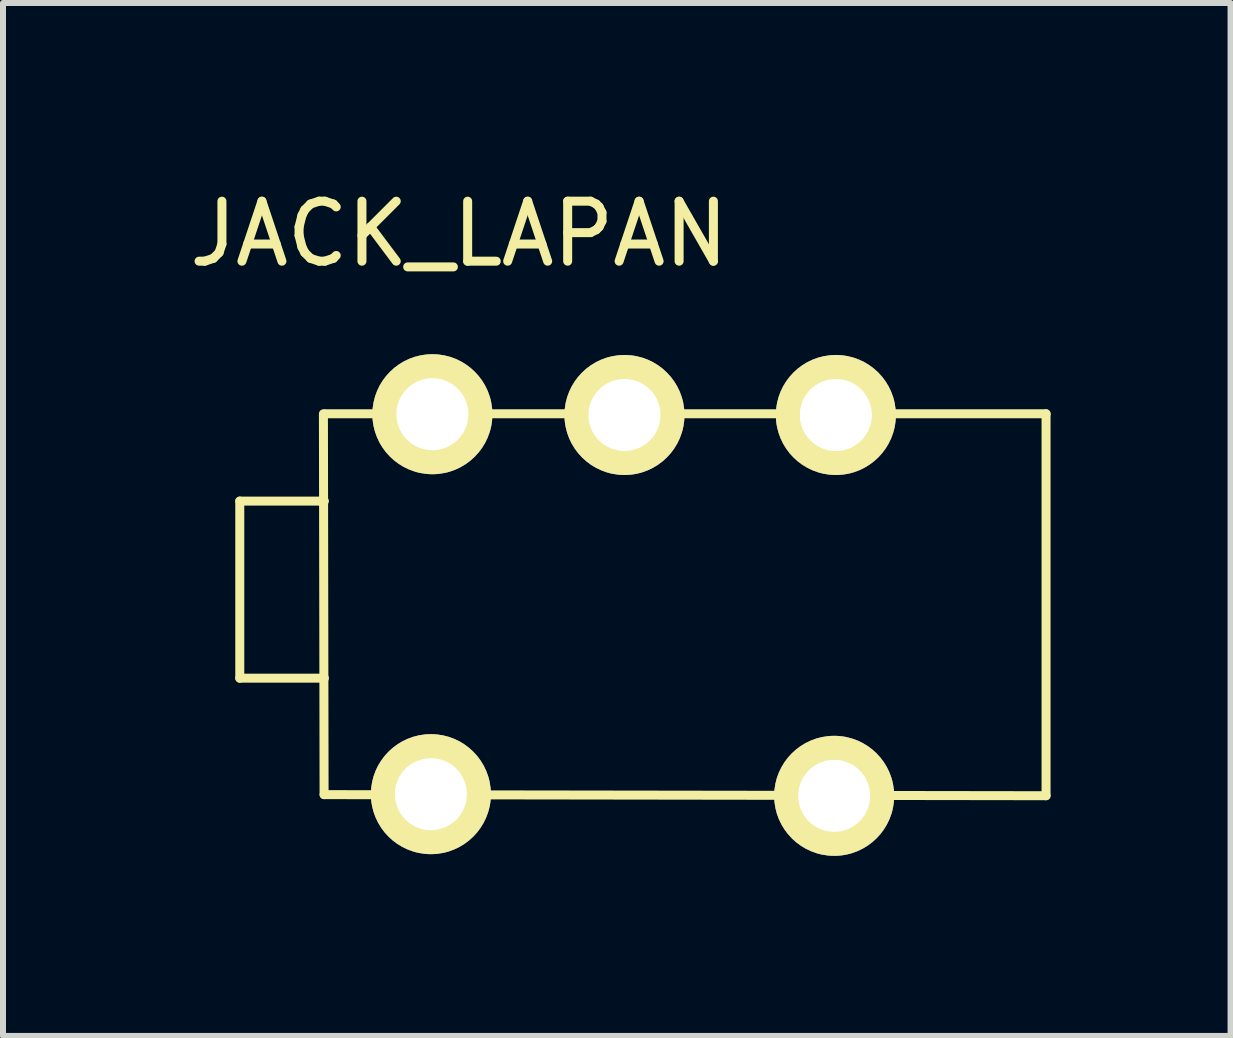
<source format=kicad_pcb>
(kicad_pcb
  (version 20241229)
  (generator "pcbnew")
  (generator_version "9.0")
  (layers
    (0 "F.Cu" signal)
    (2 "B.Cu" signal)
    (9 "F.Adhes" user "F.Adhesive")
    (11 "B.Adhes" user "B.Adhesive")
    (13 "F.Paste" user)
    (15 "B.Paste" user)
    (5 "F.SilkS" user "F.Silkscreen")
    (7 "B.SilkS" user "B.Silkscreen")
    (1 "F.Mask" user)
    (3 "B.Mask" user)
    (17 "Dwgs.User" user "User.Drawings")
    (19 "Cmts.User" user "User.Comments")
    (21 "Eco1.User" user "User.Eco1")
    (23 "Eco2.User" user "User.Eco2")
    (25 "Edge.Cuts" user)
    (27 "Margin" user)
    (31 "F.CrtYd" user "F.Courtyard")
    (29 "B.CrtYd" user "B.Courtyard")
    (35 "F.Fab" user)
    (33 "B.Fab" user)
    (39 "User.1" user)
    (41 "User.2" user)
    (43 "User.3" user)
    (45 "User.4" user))
  (footprint "JACK_LAPAN"
    (layer "F.Cu")
    (at 4.601 0.348)
    (property "Reference" "JACK_LAPAN" (at 0 0.5 0) (layer "F.SilkS") (effects (font (size 1 1) (thickness 0.15))))
    (attr through_hole)
    (fp_line (start -3.655 4.953) (end -3.655 7.904) (stroke (width 0.15) (type solid)) (layer "F.SilkS"))
    (fp_line (start -3.655 7.904) (end -2.245 7.904) (stroke (width 0.15) (type solid)) (layer "F.SilkS"))
    (fp_line (start -2.25 9.845) (end -2.261 3.498) (stroke (width 0.15) (type solid)) (layer "F.SilkS"))
    (fp_line (start -2.245 4.953) (end -3.655 4.953) (stroke (width 0.15) (type solid)) (layer "F.SilkS"))
    (fp_line (start -2.233 3.498) (end 9.782 3.498) (stroke (width 0.15) (type solid)) (layer "F.SilkS"))
    (fp_line (start 9.782 3.498) (end 9.782 9.863) (stroke (width 0.15) (type solid)) (layer "F.SilkS"))
    (fp_line (start 9.782 9.863) (end -2.25 9.845) (stroke (width 0.15) (type solid)) (layer "F.SilkS"))
    (pad "1" thru_hole circle (at -0.47 9.837) (size 2 2) (drill 1.2) (layers "*.Cu" "*.Mask" "F.SilkS"))
    (pad "1" thru_hole circle (at -0.445 3.505) (size 2 2) (drill 1.2) (layers "*.Cu" "*.Mask" "F.SilkS"))
    (pad "2" thru_hole circle (at 6.251 9.865) (size 2 2) (drill 1.2) (layers "*.Cu" "*.Mask" "F.SilkS"))
    (pad "2" thru_hole circle (at 6.279 3.518) (size 2 2) (drill 1.2) (layers "*.Cu" "*.Mask" "F.SilkS"))
    (pad "3" thru_hole circle (at 2.756 3.518) (size 2 2) (drill 1.2) (layers "*.Cu" "*.Mask" "F.SilkS")))
  (gr_rect
    (start -3 -3)
    (end 17.458 14.214)
    (stroke (width 0.1) (type default))
    (fill no)
    (layer "Edge.Cuts")))
</source>
